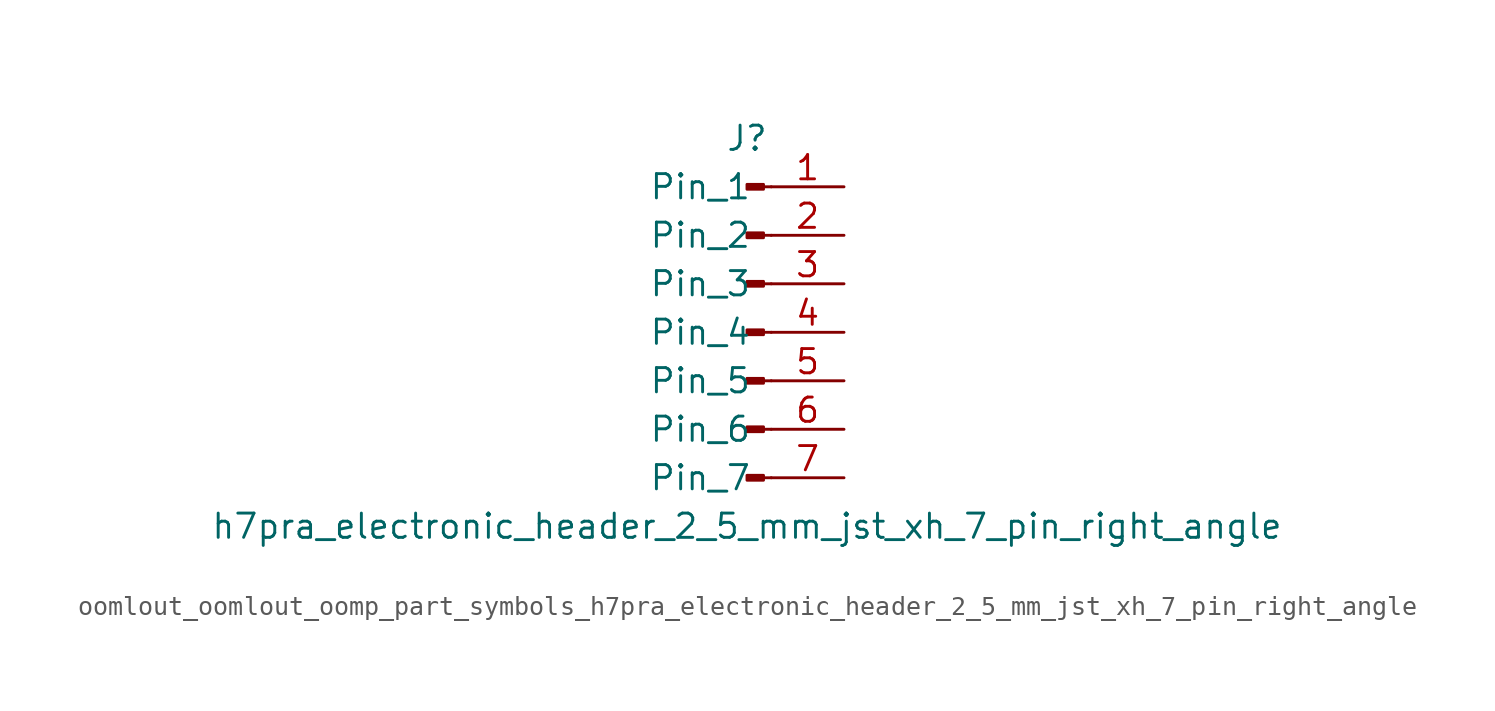
<source format=kicad_sym>
(kicad_symbol_lib
  (version 20220914)
  (generator kicad_symbol_editor)
  (symbol "oomlout_oomlout_oomp_part_symbols_h7pra_electronic_header_2_5_mm_jst_xh_7_pin_right_angle"
    (pin_names
      (offset 1.016))
    (property "Reference" "J"
      (at 0 10.16 0)
      (effects (font (size 1.27 1.27))))
    (property "Value" "h7pra_electronic_header_2_5_mm_jst_xh_7_pin_right_angle"
      (at 0 -10.16 0)
      (effects (font (size 1.27 1.27))))
    (property "ki_locked" ""
      (at 0 0 0)
      (effects (font (size 1.27 1.27))))
    (symbol "oomlout_oomlout_oomp_part_symbols_h7pra_electronic_header_2_5_mm_jst_xh_7_pin_right_angle_1_1"
      (polyline (pts (xy 1.27 -7.62) (xy 0.864 -7.62)) (stroke (width 0.152) (type default)) (fill (type none)))
      (polyline (pts (xy 1.27 -5.08) (xy 0.864 -5.08)) (stroke (width 0.152) (type default)) (fill (type none)))
      (polyline (pts (xy 1.27 -2.54) (xy 0.864 -2.54)) (stroke (width 0.152) (type default)) (fill (type none)))
      (polyline (pts (xy 1.27 0) (xy 0.864 0)) (stroke (width 0.152) (type default)) (fill (type none)))
      (polyline (pts (xy 1.27 2.54) (xy 0.864 2.54)) (stroke (width 0.152) (type default)) (fill (type none)))
      (polyline (pts (xy 1.27 5.08) (xy 0.864 5.08)) (stroke (width 0.152) (type default)) (fill (type none)))
      (polyline (pts (xy 1.27 7.62) (xy 0.864 7.62)) (stroke (width 0.152) (type default)) (fill (type none)))
      (rectangle (start 0.864 -7.493) (end 0 -7.747) (stroke (width 0.152) (type default)) (fill (type outline)))
      (rectangle (start 0.864 -4.953) (end 0 -5.207) (stroke (width 0.152) (type default)) (fill (type outline)))
      (rectangle (start 0.864 -2.413) (end 0 -2.667) (stroke (width 0.152) (type default)) (fill (type outline)))
      (rectangle (start 0.864 0.127) (end 0 -0.127) (stroke (width 0.152) (type default)) (fill (type outline)))
      (rectangle (start 0.864 2.667) (end 0 2.413) (stroke (width 0.152) (type default)) (fill (type outline)))
      (rectangle (start 0.864 5.207) (end 0 4.953) (stroke (width 0.152) (type default)) (fill (type outline)))
      (rectangle (start 0.864 7.747) (end 0 7.493) (stroke (width 0.152) (type default)) (fill (type outline)))
      (pin passive line (at 5.08 7.62 180) (length 3.81) (name "Pin_1" (effects (font (size 1.27 1.27)))) (number "1" (effects (font (size 1.27 1.27)))))
      (pin passive line (at 5.08 5.08 180) (length 3.81) (name "Pin_2" (effects (font (size 1.27 1.27)))) (number "2" (effects (font (size 1.27 1.27)))))
      (pin passive line (at 5.08 2.54 180) (length 3.81) (name "Pin_3" (effects (font (size 1.27 1.27)))) (number "3" (effects (font (size 1.27 1.27)))))
      (pin passive line (at 5.08 0 180) (length 3.81) (name "Pin_4" (effects (font (size 1.27 1.27)))) (number "4" (effects (font (size 1.27 1.27)))))
      (pin passive line (at 5.08 -2.54 180) (length 3.81) (name "Pin_5" (effects (font (size 1.27 1.27)))) (number "5" (effects (font (size 1.27 1.27)))))
      (pin passive line (at 5.08 -5.08 180) (length 3.81) (name "Pin_6" (effects (font (size 1.27 1.27)))) (number "6" (effects (font (size 1.27 1.27)))))
      (pin passive line (at 5.08 -7.62 180) (length 3.81) (name "Pin_7" (effects (font (size 1.27 1.27)))) (number "7" (effects (font (size 1.27 1.27))))))))
</source>
